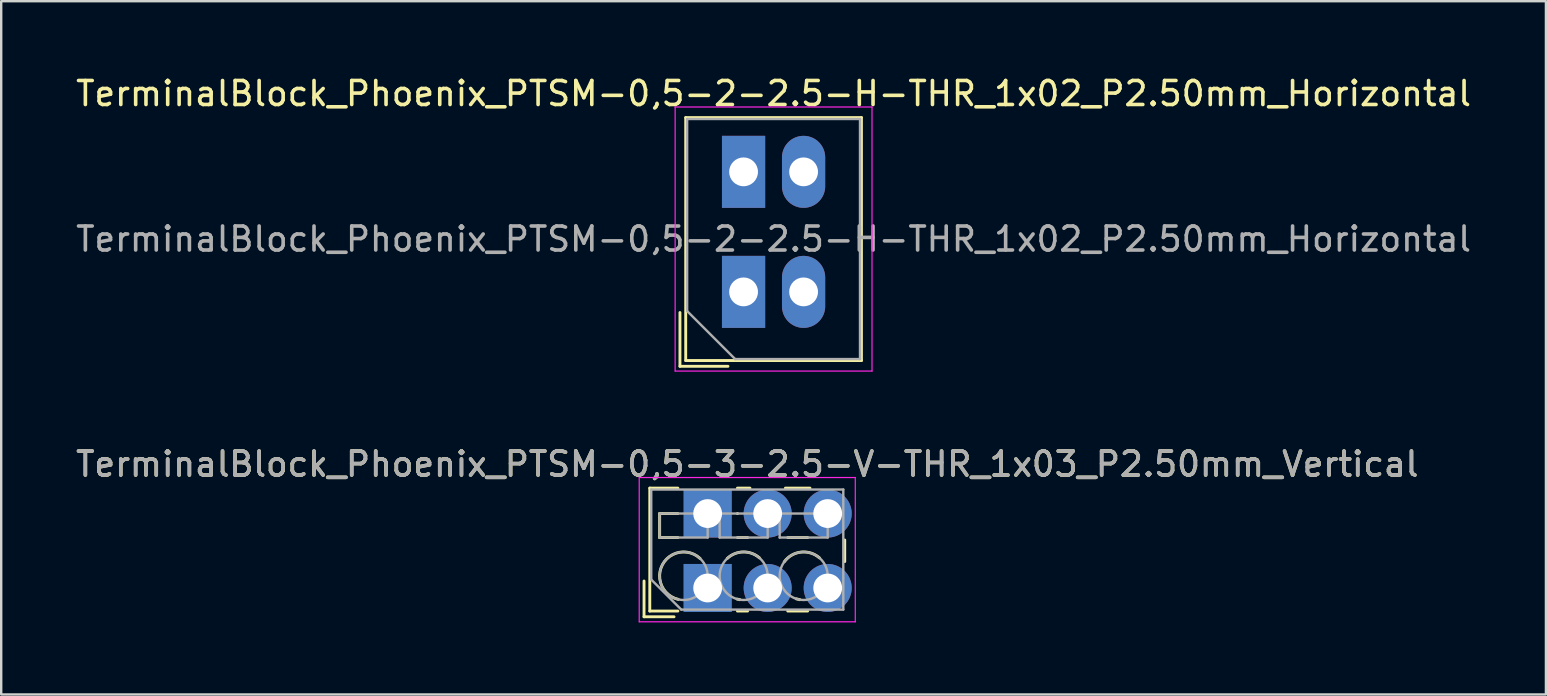
<source format=kicad_pcb>
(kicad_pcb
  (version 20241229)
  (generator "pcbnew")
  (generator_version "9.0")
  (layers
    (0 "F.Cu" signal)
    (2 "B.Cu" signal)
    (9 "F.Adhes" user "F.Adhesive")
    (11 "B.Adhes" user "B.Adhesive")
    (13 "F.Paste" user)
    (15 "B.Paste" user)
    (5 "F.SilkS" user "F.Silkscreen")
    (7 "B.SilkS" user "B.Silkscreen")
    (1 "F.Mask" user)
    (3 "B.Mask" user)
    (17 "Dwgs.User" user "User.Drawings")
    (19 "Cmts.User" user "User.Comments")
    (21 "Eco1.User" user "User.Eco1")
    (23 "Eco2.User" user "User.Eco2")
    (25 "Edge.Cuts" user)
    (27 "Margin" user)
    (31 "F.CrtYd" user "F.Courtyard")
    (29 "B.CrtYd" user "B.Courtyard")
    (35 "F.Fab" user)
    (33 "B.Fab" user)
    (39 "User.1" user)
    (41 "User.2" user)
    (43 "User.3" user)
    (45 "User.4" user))
  (footprint "TerminalBlock_Phoenix_PTSM-0,5-2-2.5-H-THR_1x02_P2.50mm_Horizontal"
    (layer "F.Cu")
    (at 27.923 9.108)
    (property "Reference" "TerminalBlock_Phoenix_PTSM-0,5-2-2.5-H-THR_1x02_P2.50mm_Horizontal" (at 1.25 -8.26 0) (layer "F.SilkS") (effects (font (size 1 1) (thickness 0.15))))
    (attr through_hole)
    (fp_line (start -2.65 0.86) (end -2.65 3.1) (stroke (width 0.12) (type solid)) (layer "F.SilkS"))
    (fp_line (start -2.65 3.1) (end -0.65 3.1) (stroke (width 0.12) (type solid)) (layer "F.SilkS"))
    (fp_line (start -2.41 -7.26) (end -2.41 2.86) (stroke (width 0.12) (type solid)) (layer "F.SilkS"))
    (fp_line (start -2.41 -7.26) (end 4.91 -7.26) (stroke (width 0.12) (type solid)) (layer "F.SilkS"))
    (fp_line (start -2.41 2.86) (end 4.91 2.86) (stroke (width 0.12) (type solid)) (layer "F.SilkS"))
    (fp_line (start 4.91 -7.26) (end 4.91 2.86) (stroke (width 0.12) (type solid)) (layer "F.SilkS"))
    (fp_line (start -2.85 -7.7) (end -2.85 3.3) (stroke (width 0.05) (type solid)) (layer "F.CrtYd"))
    (fp_line (start -2.85 3.3) (end 5.35 3.3) (stroke (width 0.05) (type solid)) (layer "F.CrtYd"))
    (fp_line (start 5.35 -7.7) (end -2.85 -7.7) (stroke (width 0.05) (type solid)) (layer "F.CrtYd"))
    (fp_line (start 5.35 3.3) (end 5.35 -7.7) (stroke (width 0.05) (type solid)) (layer "F.CrtYd"))
    (fp_line (start -2.35 -7.2) (end 4.85 -7.2) (stroke (width 0.1) (type solid)) (layer "F.Fab"))
    (fp_line (start -2.35 0.8) (end -2.35 -7.2) (stroke (width 0.1) (type solid)) (layer "F.Fab"))
    (fp_line (start -0.35 2.8) (end -2.35 0.8) (stroke (width 0.1) (type solid)) (layer "F.Fab"))
    (fp_line (start 4.85 -7.2) (end 4.85 2.8) (stroke (width 0.1) (type solid)) (layer "F.Fab"))
    (fp_line (start 4.85 2.8) (end -0.35 2.8) (stroke (width 0.1) (type solid)) (layer "F.Fab"))
    (fp_text user "${REFERENCE}" (at 1.25 -2.2 0) (layer "F.Fab") (effects (font (size 1 1) (thickness 0.15))))
    (pad "1" thru_hole rect (at 0 -5) (size 1.8 3) (drill 1.2) (layers "*.Cu" "*.Mask"))
    (pad "1" thru_hole rect (at 0 0) (size 1.8 3) (drill 1.2) (layers "*.Cu" "*.Mask"))
    (pad "2" thru_hole oval (at 2.5 -5) (size 1.8 3) (drill 1.2) (layers "*.Cu" "*.Mask"))
    (pad "2" thru_hole oval (at 2.5 0) (size 1.8 3) (drill 1.2) (layers "*.Cu" "*.Mask")))
  (footprint "TerminalBlock_Phoenix_PTSM-0,5-3-2.5-V-THR_1x03_P2.50mm_Vertical"
    (layer "F.Cu")
    (at 26.427 21.442)
    (property "Reference" "TerminalBlock_Phoenix_PTSM-0,5-3-2.5-V-THR_1x03_P2.50mm_Vertical" (at 1.65 -5.16 0) (layer "F.SilkS") (effects (font (size 1 1) (thickness 0.15))))
    (attr through_hole)
    (fp_line (start -2.65 -0.29) (end -2.65 1.2) (stroke (width 0.12) (type solid)) (layer "F.SilkS"))
    (fp_line (start -2.65 1.2) (end -1.4 1.2) (stroke (width 0.12) (type solid)) (layer "F.SilkS"))
    (fp_line (start -2.41 -4.16) (end -2.41 0.961) (stroke (width 0.12) (type solid)) (layer "F.SilkS"))
    (fp_line (start -2.41 -4.16) (end -1.24 -4.16) (stroke (width 0.12) (type solid)) (layer "F.SilkS"))
    (fp_line (start -2.41 0.961) (end -1.24 0.961) (stroke (width 0.12) (type solid)) (layer "F.SilkS"))
    (fp_line (start -2 -3.1) (end -2 -2.1) (stroke (width 0.12) (type solid)) (layer "F.SilkS"))
    (fp_line (start -2 -3.1) (end -1.24 -3.1) (stroke (width 0.12) (type solid)) (layer "F.SilkS"))
    (fp_line (start -2 -2.1) (end -1.24 -2.1) (stroke (width 0.12) (type solid)) (layer "F.SilkS"))
    (fp_line (start 1.24 -4.16) (end 1.763 -4.16) (stroke (width 0.12) (type solid)) (layer "F.SilkS"))
    (fp_line (start 1.24 -3.1) (end 1.245 -3.1) (stroke (width 0.12) (type solid)) (layer "F.SilkS"))
    (fp_line (start 1.24 -2.1) (end 1.665 -2.1) (stroke (width 0.12) (type solid)) (layer "F.SilkS"))
    (fp_line (start 1.24 0.961) (end 1.665 0.961) (stroke (width 0.12) (type solid)) (layer "F.SilkS"))
    (fp_line (start 3.238 -4.16) (end 4.263 -4.16) (stroke (width 0.12) (type solid)) (layer "F.SilkS"))
    (fp_line (start 3.336 -2.1) (end 4.165 -2.1) (stroke (width 0.12) (type solid)) (layer "F.SilkS"))
    (fp_line (start 3.336 0.961) (end 4.165 0.961) (stroke (width 0.12) (type solid)) (layer "F.SilkS"))
    (fp_line (start 5.71 -2) (end 5.71 -1.1) (stroke (width 0.12) (type solid)) (layer "F.SilkS"))
    (fp_arc (start -1.224629 0.474931) (mid -1.883573 -0.969306) (end -0.318 -1.232) (stroke (width 0.12) (type solid)) (layer "F.SilkS"))
    (fp_arc (start 0.817811 -1.23232) (mid 1.483053 -1.500693) (end 2.157 -1.255) (stroke (width 0.12) (type solid)) (layer "F.SilkS"))
    (fp_arc (start 1.344288 0.488343) (mid 1.284242 0.476994) (end 1.225 0.462) (stroke (width 0.12) (type solid)) (layer "F.SilkS"))
    (fp_arc (start 3.190612 -1.088697) (mid 3.887218 -1.494461) (end 4.657 -1.255) (stroke (width 0.12) (type solid)) (layer "F.SilkS"))
    (fp_arc (start 3.84373 0.488618) (mid 3.766646 0.47331) (end 3.691 0.452) (stroke (width 0.12) (type solid)) (layer "F.SilkS"))
    (fp_line (start -2.85 -4.6) (end -2.85 1.41) (stroke (width 0.05) (type solid)) (layer "F.CrtYd"))
    (fp_line (start -2.85 1.41) (end 6.15 1.41) (stroke (width 0.05) (type solid)) (layer "F.CrtYd"))
    (fp_line (start 6.15 -4.6) (end -2.85 -4.6) (stroke (width 0.05) (type solid)) (layer "F.CrtYd"))
    (fp_line (start 6.15 1.41) (end 6.15 -4.6) (stroke (width 0.05) (type solid)) (layer "F.CrtYd"))
    (fp_line (start -2.35 -4.1) (end 5.65 -4.1) (stroke (width 0.1) (type solid)) (layer "F.Fab"))
    (fp_line (start -2.35 -0.35) (end -2.35 -4.1) (stroke (width 0.1) (type solid)) (layer "F.Fab"))
    (fp_line (start -2 -3.1) (end -2 -2.1) (stroke (width 0.1) (type solid)) (layer "F.Fab"))
    (fp_line (start -2 -2.1) (end 0 -2.1) (stroke (width 0.1) (type solid)) (layer "F.Fab"))
    (fp_line (start -1.1 0.9) (end -2.35 -0.35) (stroke (width 0.1) (type solid)) (layer "F.Fab"))
    (fp_line (start 0 -3.1) (end -2 -3.1) (stroke (width 0.1) (type solid)) (layer "F.Fab"))
    (fp_line (start 0 -2.1) (end 0 -3.1) (stroke (width 0.1) (type solid)) (layer "F.Fab"))
    (fp_line (start 0.5 -3.1) (end 0.5 -2.1) (stroke (width 0.1) (type solid)) (layer "F.Fab"))
    (fp_line (start 0.5 -2.1) (end 2.5 -2.1) (stroke (width 0.1) (type solid)) (layer "F.Fab"))
    (fp_line (start 2.5 -3.1) (end 0.5 -3.1) (stroke (width 0.1) (type solid)) (layer "F.Fab"))
    (fp_line (start 2.5 -2.1) (end 2.5 -3.1) (stroke (width 0.1) (type solid)) (layer "F.Fab"))
    (fp_line (start 3 -3.1) (end 3 -2.1) (stroke (width 0.1) (type solid)) (layer "F.Fab"))
    (fp_line (start 3 -2.1) (end 5 -2.1) (stroke (width 0.1) (type solid)) (layer "F.Fab"))
    (fp_line (start 5 -3.1) (end 3 -3.1) (stroke (width 0.1) (type solid)) (layer "F.Fab"))
    (fp_line (start 5 -2.1) (end 5 -3.1) (stroke (width 0.1) (type solid)) (layer "F.Fab"))
    (fp_line (start 5.65 -4.1) (end 5.65 0.9) (stroke (width 0.1) (type solid)) (layer "F.Fab"))
    (fp_line (start 5.65 0.9) (end -1.1 0.9) (stroke (width 0.1) (type solid)) (layer "F.Fab"))
    (fp_circle (center -1 -0.5) (end 0 -0.5) (stroke (width 0.1) (type solid)) (fill no) (layer "F.Fab"))
    (fp_circle (center 1.5 -0.5) (end 2.5 -0.5) (stroke (width 0.1) (type solid)) (fill no) (layer "F.Fab"))
    (fp_circle (center 4 -0.5) (end 5 -0.5) (stroke (width 0.1) (type solid)) (fill no) (layer "F.Fab"))
    (fp_text user "${REFERENCE}" (at 1.65 -5.16 0) (layer "F.Fab") (effects (font (size 1 1) (thickness 0.15))))
    (pad "1" thru_hole rect (at 0 -3.1) (size 2 2) (drill 1.2) (layers "*.Cu" "*.Mask"))
    (pad "1" thru_hole rect (at 0 0) (size 2 2) (drill 1.2) (layers "*.Cu" "*.Mask"))
    (pad "2" thru_hole circle (at 2.5 -3.1) (size 2 2) (drill 1.2) (layers "*.Cu" "*.Mask"))
    (pad "2" thru_hole circle (at 2.5 0) (size 2 2) (drill 1.2) (layers "*.Cu" "*.Mask"))
    (pad "3" thru_hole circle (at 5 -3.1) (size 2 2) (drill 1.2) (layers "*.Cu" "*.Mask"))
    (pad "3" thru_hole circle (at 5 0) (size 2 2) (drill 1.2) (layers "*.Cu" "*.Mask")))
  (gr_rect
    (start -3 -3)
    (end 61.345 25.877)
    (stroke (width 0.1) (type default))
    (fill no)
    (layer "Edge.Cuts")))
</source>
